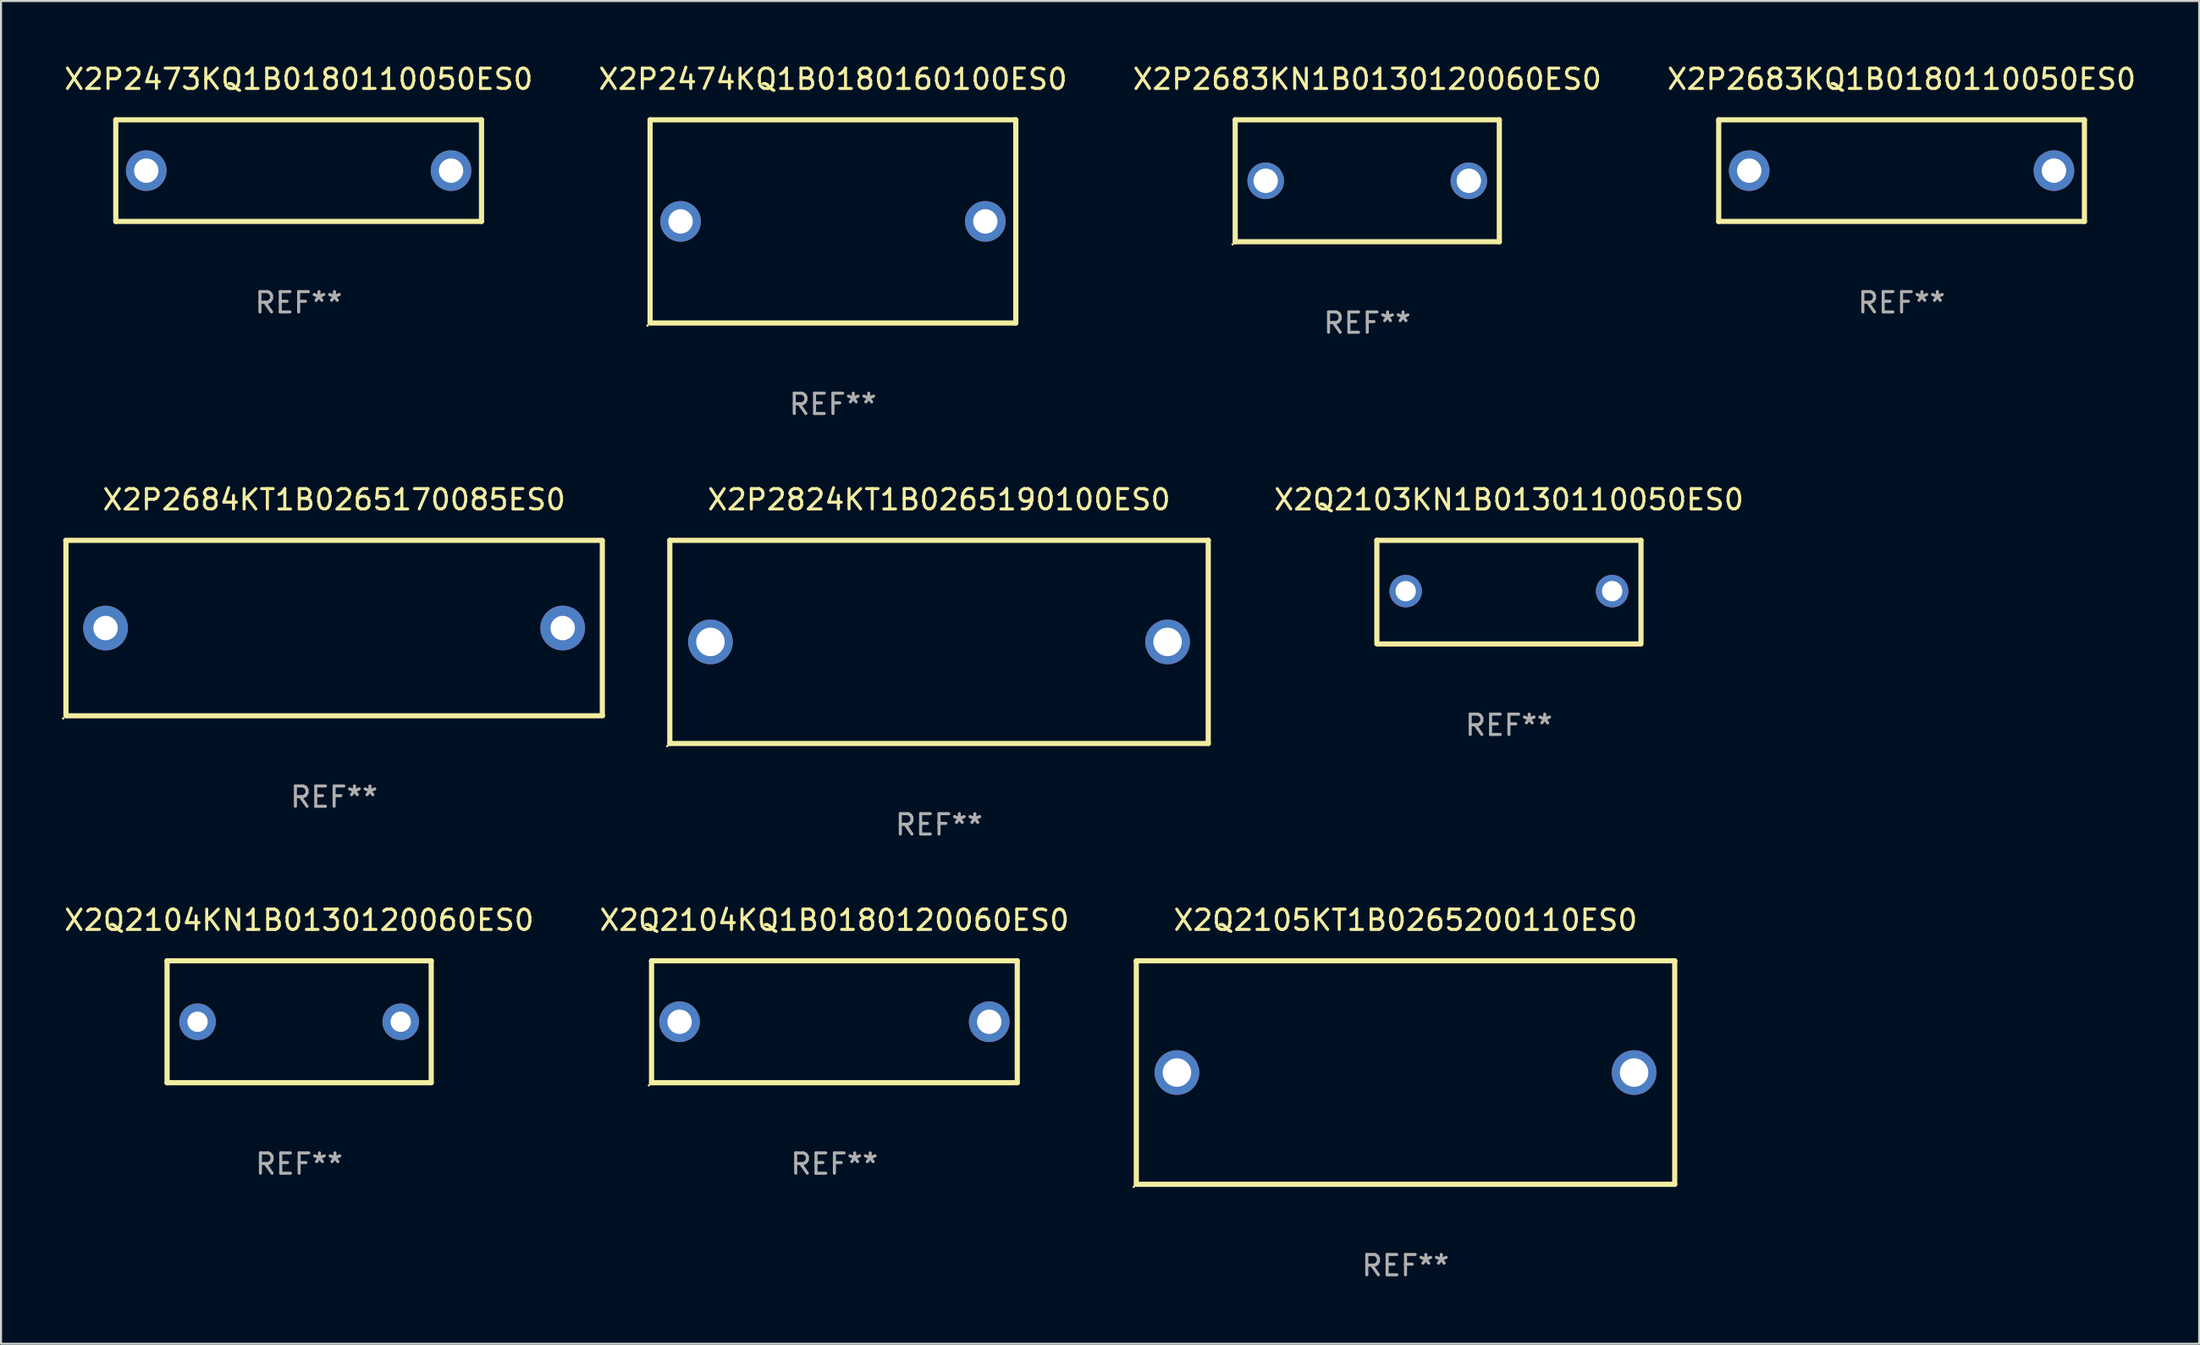
<source format=kicad_pcb>
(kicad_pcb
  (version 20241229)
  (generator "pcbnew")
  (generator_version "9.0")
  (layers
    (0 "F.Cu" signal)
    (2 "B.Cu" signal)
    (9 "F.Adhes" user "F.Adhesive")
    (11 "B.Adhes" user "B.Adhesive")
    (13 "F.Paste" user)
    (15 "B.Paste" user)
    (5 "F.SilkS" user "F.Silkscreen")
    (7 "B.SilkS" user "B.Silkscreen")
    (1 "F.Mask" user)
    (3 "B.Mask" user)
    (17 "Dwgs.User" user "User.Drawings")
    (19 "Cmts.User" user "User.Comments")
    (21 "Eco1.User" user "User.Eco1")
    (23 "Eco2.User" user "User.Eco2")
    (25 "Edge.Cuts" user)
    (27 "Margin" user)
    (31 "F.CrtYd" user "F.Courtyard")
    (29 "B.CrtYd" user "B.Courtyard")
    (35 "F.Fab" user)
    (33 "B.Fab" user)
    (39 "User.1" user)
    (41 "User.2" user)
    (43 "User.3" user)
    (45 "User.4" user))
  (footprint "X2P2684KT1B0265170085ES0"
    (layer "F.Cu")
    (at 13.395 27.863)
    (property "Reference" "X2P2684KT1B0265170085ES0" (at 0 -6.318 0) (layer "F.SilkS") (effects (font (size 1 1) (thickness 0.15))))
    (attr through_hole)
    (fp_line (start -13.208 -4.318) (end 13.193 -4.318) (stroke (width 0.254) (type solid)) (layer "F.SilkS"))
    (fp_line (start -13.2 4.3) (end -13.2 -4.3) (stroke (width 0.254) (type solid)) (layer "F.SilkS"))
    (fp_line (start 13.2 -4.3) (end 13.2 4.3) (stroke (width 0.254) (type solid)) (layer "F.SilkS"))
    (fp_line (start 13.208 4.318) (end -13.193 4.318) (stroke (width 0.254) (type solid)) (layer "F.SilkS"))
    (fp_circle (center -13.335 4.445) (end -13.305 4.445) (stroke (width 0.06) (type solid)) (fill no) (layer "F.SilkS"))
    (fp_text user "REF**" (at 0 8.318 0) (layer "F.Fab") (effects (font (size 1 1) (thickness 0.15))))
    (pad "1" thru_hole circle (at -11.25 0) (size 2.2 2.2) (drill 1.2) (layers "*.Cu" "*.Mask"))
    (pad "2" thru_hole circle (at 11.25 0) (size 2.2 2.2) (drill 1.2) (layers "*.Cu" "*.Mask")))
  (footprint "X2P2473KQ1B0180110050ES0"
    (layer "F.Cu")
    (at 11.649 5.348)
    (property "Reference" "X2P2473KQ1B0180110050ES0" (at 0 -4.5 0) (layer "F.SilkS") (effects (font (size 1 1) (thickness 0.15))))
    (attr through_hole)
    (fp_line (start -9 -2.5) (end 9 -2.5) (stroke (width 0.254) (type solid)) (layer "F.SilkS"))
    (fp_line (start -9 2.5) (end -9 -2.5) (stroke (width 0.254) (type solid)) (layer "F.SilkS"))
    (fp_line (start 9 -2.5) (end 9 2.5) (stroke (width 0.254) (type solid)) (layer "F.SilkS"))
    (fp_line (start 9 2.5) (end -9 2.5) (stroke (width 0.254) (type solid)) (layer "F.SilkS"))
    (fp_circle (center -9 2.5) (end -8.97 2.5) (stroke (width 0.06) (type solid)) (fill no) (layer "F.SilkS"))
    (fp_text user "REF**" (at 0 6.5 0) (layer "F.Fab") (effects (font (size 1 1) (thickness 0.15))))
    (pad "1" thru_hole circle (at -7.5 -0.000127) (size 2 2) (drill 1.2) (layers "*.Cu" "*.Mask"))
    (pad "2" thru_hole circle (at 7.5 -0.000127) (size 2 2) (drill 1.2) (layers "*.Cu" "*.Mask")))
  (footprint "X2Q2104KQ1B0180120060ES0"
    (layer "F.Cu")
    (at 38.018 47.241)
    (property "Reference" "X2Q2104KQ1B0180120060ES0" (at 0 -5 0) (layer "F.SilkS") (effects (font (size 1 1) (thickness 0.15))))
    (attr through_hole)
    (fp_line (start -9 -3) (end 9 -3) (stroke (width 0.254) (type solid)) (layer "F.SilkS"))
    (fp_line (start -9 3) (end -9 -3) (stroke (width 0.254) (type solid)) (layer "F.SilkS"))
    (fp_line (start 9 -3) (end 9 3) (stroke (width 0.254) (type solid)) (layer "F.SilkS"))
    (fp_line (start 9 3) (end -9 3) (stroke (width 0.254) (type solid)) (layer "F.SilkS"))
    (fp_circle (center -9.127 3.127) (end -9.097 3.127) (stroke (width 0.06) (type solid)) (fill no) (layer "F.SilkS"))
    (fp_text user "REF**" (at 0 7 0) (layer "F.Fab") (effects (font (size 1 1) (thickness 0.15))))
    (pad "1" thru_hole circle (at -7.62 0) (size 2 2) (drill 1.2) (layers "*.Cu" "*.Mask"))
    (pad "2" thru_hole circle (at 7.62 0) (size 2 2) (drill 1.2) (layers "*.Cu" "*.Mask")))
  (footprint "X2Q2103KN1B0130110050ES0"
    (layer "F.Cu")
    (at 71.217 26.095)
    (property "Reference" "X2Q2103KN1B0130110050ES0" (at 0 -4.55 0) (layer "F.SilkS") (effects (font (size 1 1) (thickness 0.15))))
    (attr through_hole)
    (fp_line (start -6.5 -2.55) (end 6.5 -2.55) (stroke (width 0.254) (type solid)) (layer "F.SilkS"))
    (fp_line (start -6.5 2.45) (end -6.5 -2.55) (stroke (width 0.254) (type solid)) (layer "F.SilkS"))
    (fp_line (start 6.5 -2.55) (end 6.5 2.45) (stroke (width 0.254) (type solid)) (layer "F.SilkS"))
    (fp_line (start 6.5 2.55) (end -6.5 2.55) (stroke (width 0.254) (type solid)) (layer "F.SilkS"))
    (fp_circle (center -6.5 2.45) (end -6.47 2.45) (stroke (width 0.06) (type solid)) (fill no) (layer "F.SilkS"))
    (fp_text user "REF**" (at 0 6.55 0) (layer "F.Fab") (effects (font (size 1 1) (thickness 0.15))))
    (pad "1" thru_hole circle (at -5.08 -0.05) (size 1.6 1.6) (drill 1) (layers "*.Cu" "*.Mask"))
    (pad "2" thru_hole circle (at 5.08 -0.05) (size 1.6 1.6) (drill 1) (layers "*.Cu" "*.Mask")))
  (footprint "X2Q2104KN1B0130120060ES0"
    (layer "F.Cu")
    (at 11.673 47.241)
    (property "Reference" "X2Q2104KN1B0130120060ES0" (at 0 -5 0) (layer "F.SilkS") (effects (font (size 1 1) (thickness 0.15))))
    (attr through_hole)
    (fp_line (start -6.5 -3) (end 6.5 -3) (stroke (width 0.254) (type solid)) (layer "F.SilkS"))
    (fp_line (start -6.5 3) (end -6.5 -3) (stroke (width 0.254) (type solid)) (layer "F.SilkS"))
    (fp_line (start 6.5 -3) (end 6.5 3) (stroke (width 0.254) (type solid)) (layer "F.SilkS"))
    (fp_line (start 6.5 3) (end -6.5 3) (stroke (width 0.254) (type solid)) (layer "F.SilkS"))
    (fp_circle (center -6.5 3) (end -6.47 3) (stroke (width 0.06) (type solid)) (fill no) (layer "F.SilkS"))
    (fp_text user "REF**" (at 0 7 0) (layer "F.Fab") (effects (font (size 1 1) (thickness 0.15))))
    (pad "1" thru_hole circle (at -5 0) (size 1.8 1.8) (drill 1) (layers "*.Cu" "*.Mask"))
    (pad "2" thru_hole circle (at 5 0) (size 1.8 1.8) (drill 1) (layers "*.Cu" "*.Mask")))
  (footprint "X2P2824KT1B0265190100ES0"
    (layer "F.Cu")
    (at 43.167 28.545)
    (property "Reference" "X2P2824KT1B0265190100ES0" (at 0 -7 0) (layer "F.SilkS") (effects (font (size 1 1) (thickness 0.15))))
    (attr through_hole)
    (fp_line (start -13.25 -5) (end 13.25 -5) (stroke (width 0.254) (type solid)) (layer "F.SilkS"))
    (fp_line (start -13.25 5) (end -13.25 -5) (stroke (width 0.254) (type solid)) (layer "F.SilkS"))
    (fp_line (start 13.25 -5) (end 13.25 5) (stroke (width 0.254) (type solid)) (layer "F.SilkS"))
    (fp_line (start 13.25 5) (end -13.25 5) (stroke (width 0.254) (type solid)) (layer "F.SilkS"))
    (fp_circle (center -13.377 5.127) (end -13.347 5.127) (stroke (width 0.06) (type solid)) (fill no) (layer "F.SilkS"))
    (fp_text user "REF**" (at 0 9 0) (layer "F.Fab") (effects (font (size 1 1) (thickness 0.15))))
    (pad "1" thru_hole circle (at -11.25 0) (size 2.2 2.2) (drill 1.4) (layers "*.Cu" "*.Mask"))
    (pad "2" thru_hole circle (at 11.25 0) (size 2.2 2.2) (drill 1.4) (layers "*.Cu" "*.Mask")))
  (footprint "X2Q2105KT1B0265200110ES0"
    (layer "F.Cu")
    (at 66.127 49.741)
    (property "Reference" "X2Q2105KT1B0265200110ES0" (at 0 -7.5 0) (layer "F.SilkS") (effects (font (size 1 1) (thickness 0.15))))
    (attr through_hole)
    (fp_line (start -13.25 -5.5) (end 13.25 -5.5) (stroke (width 0.254) (type solid)) (layer "F.SilkS"))
    (fp_line (start -13.25 5.5) (end -13.25 -5.5) (stroke (width 0.254) (type solid)) (layer "F.SilkS"))
    (fp_line (start 13.25 -5.5) (end 13.25 5.5) (stroke (width 0.254) (type solid)) (layer "F.SilkS"))
    (fp_line (start 13.25 5.5) (end -13.25 5.5) (stroke (width 0.254) (type solid)) (layer "F.SilkS"))
    (fp_circle (center -13.377 5.627) (end -13.347 5.627) (stroke (width 0.06) (type solid)) (fill no) (layer "F.SilkS"))
    (fp_text user "REF**" (at 0 9.5 0) (layer "F.Fab") (effects (font (size 1 1) (thickness 0.15))))
    (pad "1" thru_hole circle (at -11.25 0) (size 2.2 2.2) (drill 1.4) (layers "*.Cu" "*.Mask"))
    (pad "2" thru_hole circle (at 11.25 0) (size 2.2 2.2) (drill 1.4) (layers "*.Cu" "*.Mask")))
  (footprint "X2P2683KN1B0130120060ES0"
    (layer "F.Cu")
    (at 64.244 5.848)
    (property "Reference" "X2P2683KN1B0130120060ES0" (at 0 -5 0) (layer "F.SilkS") (effects (font (size 1 1) (thickness 0.15))))
    (attr through_hole)
    (fp_line (start -6.5 -3) (end 6.5 -3) (stroke (width 0.254) (type solid)) (layer "F.SilkS"))
    (fp_line (start -6.5 3) (end -6.5 -3) (stroke (width 0.254) (type solid)) (layer "F.SilkS"))
    (fp_line (start -6.5 3) (end 6.5 3) (stroke (width 0.254) (type solid)) (layer "F.SilkS"))
    (fp_line (start 6.5 -3) (end 6.5 3) (stroke (width 0.254) (type solid)) (layer "F.SilkS"))
    (fp_circle (center -6.627 3.127) (end -6.597 3.127) (stroke (width 0.06) (type solid)) (fill no) (layer "F.SilkS"))
    (fp_text user "REF**" (at 0 7 0) (layer "F.Fab") (effects (font (size 1 1) (thickness 0.15))))
    (pad "1" thru_hole circle (at -5 0) (size 1.8 1.8) (drill 1.2) (layers "*.Cu" "*.Mask"))
    (pad "2" thru_hole circle (at 5 0) (size 1.8 1.8) (drill 1.2) (layers "*.Cu" "*.Mask")))
  (footprint "X2P2683KQ1B0180110050ES0"
    (layer "F.Cu")
    (at 90.542 5.348)
    (property "Reference" "X2P2683KQ1B0180110050ES0" (at 0 -4.5 0) (layer "F.SilkS") (effects (font (size 1 1) (thickness 0.15))))
    (attr through_hole)
    (fp_line (start -9 -2.5) (end 9 -2.5) (stroke (width 0.254) (type solid)) (layer "F.SilkS"))
    (fp_line (start -9 2.5) (end -9 -2.5) (stroke (width 0.254) (type solid)) (layer "F.SilkS"))
    (fp_line (start 9 -2.5) (end 9 2.5) (stroke (width 0.254) (type solid)) (layer "F.SilkS"))
    (fp_line (start 9 2.5) (end -9 2.5) (stroke (width 0.254) (type solid)) (layer "F.SilkS"))
    (fp_circle (center -9 2.5) (end -8.97 2.5) (stroke (width 0.06) (type solid)) (fill no) (layer "F.SilkS"))
    (fp_text user "REF**" (at 0 6.5 0) (layer "F.Fab") (effects (font (size 1 1) (thickness 0.15))))
    (pad "1" thru_hole circle (at -7.5 -0.000127) (size 2 2) (drill 1.2) (layers "*.Cu" "*.Mask"))
    (pad "2" thru_hole circle (at 7.5 -0.000127) (size 2 2) (drill 1.2) (layers "*.Cu" "*.Mask")))
  (footprint "X2P2474KQ1B0180160100ES0"
    (layer "F.Cu")
    (at 37.946 7.848)
    (property "Reference" "X2P2474KQ1B0180160100ES0" (at 0 -7 0) (layer "F.SilkS") (effects (font (size 1 1) (thickness 0.15))))
    (attr through_hole)
    (fp_line (start -9 -5) (end -9 4.98) (stroke (width 0.254) (type solid)) (layer "F.SilkS"))
    (fp_line (start -9 -5) (end 9 -5) (stroke (width 0.254) (type solid)) (layer "F.SilkS"))
    (fp_line (start -9 5) (end 9 5) (stroke (width 0.254) (type solid)) (layer "F.SilkS"))
    (fp_line (start 9 -5) (end 9 5) (stroke (width 0.254) (type solid)) (layer "F.SilkS"))
    (fp_circle (center -9.127 5.127) (end -9.097 5.127) (stroke (width 0.06) (type solid)) (fill no) (layer "F.SilkS"))
    (fp_text user "REF**" (at 0 9 0) (layer "F.Fab") (effects (font (size 1 1) (thickness 0.15))))
    (pad "1" thru_hole circle (at -7.5 0) (size 2 2) (drill 1.2) (layers "*.Cu" "*.Mask"))
    (pad "2" thru_hole circle (at 7.5 0) (size 2 2) (drill 1.2) (layers "*.Cu" "*.Mask")))
  (gr_rect
    (start -3 -3)
    (end 105.19 63.09)
    (stroke (width 0.1) (type default))
    (fill no)
    (layer "Edge.Cuts")))
</source>
